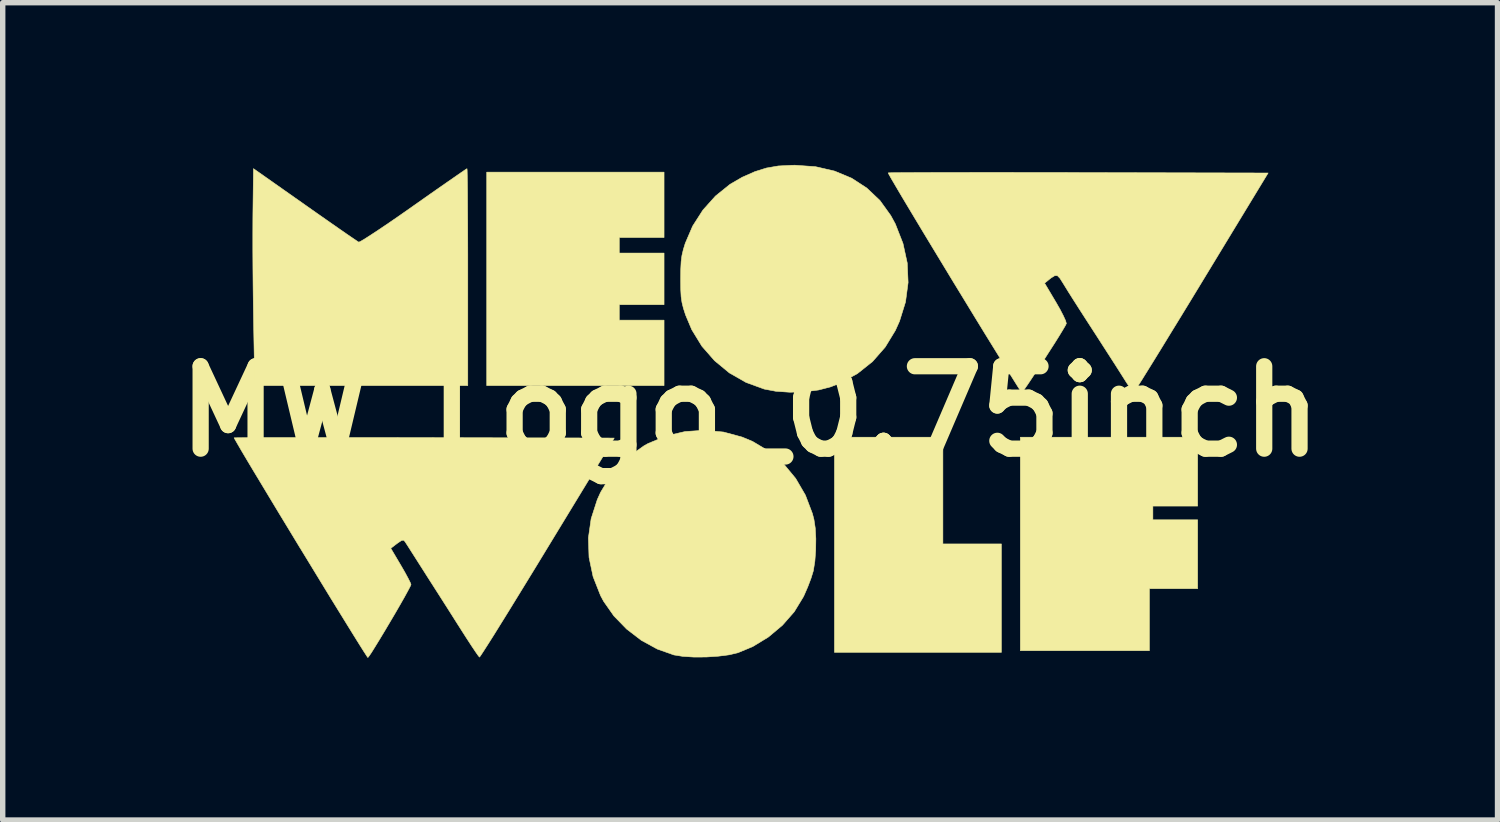
<source format=kicad_pcb>
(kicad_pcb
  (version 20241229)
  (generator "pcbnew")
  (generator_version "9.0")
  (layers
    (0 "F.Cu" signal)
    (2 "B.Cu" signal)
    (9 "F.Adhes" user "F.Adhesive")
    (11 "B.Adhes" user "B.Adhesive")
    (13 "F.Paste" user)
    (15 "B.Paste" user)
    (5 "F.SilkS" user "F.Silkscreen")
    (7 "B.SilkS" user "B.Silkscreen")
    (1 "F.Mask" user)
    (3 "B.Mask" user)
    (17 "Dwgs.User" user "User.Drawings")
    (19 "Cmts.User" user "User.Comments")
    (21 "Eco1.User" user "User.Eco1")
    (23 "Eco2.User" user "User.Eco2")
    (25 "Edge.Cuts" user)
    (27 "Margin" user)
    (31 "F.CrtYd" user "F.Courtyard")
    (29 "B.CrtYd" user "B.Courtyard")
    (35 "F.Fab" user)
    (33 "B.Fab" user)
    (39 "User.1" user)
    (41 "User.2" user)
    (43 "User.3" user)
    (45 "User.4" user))
  (footprint "MW_Logo_0.75inch"
    (layer "F.Cu")
    (at 10.82 4.557)
    (property "Reference" "MW_Logo_0.75inch" (at 0 0 0) (layer "F.SilkS") (effects (font (size 1.524 1.524) (thickness 0.3))))
    (attr through_hole)
    (fp_poly (pts (xy 3.565 2.451) (xy 4.647 2.451) (xy 4.647 4.456) (xy 1.56 4.456) (xy 1.56 0.477) (xy 3.565 0.477) (xy 3.565 2.451)) (stroke (width 0.01) (type solid)) (fill yes) (layer "F.SilkS"))
    (fp_poly (pts (xy 8.276 1.751) (xy 7.448 1.751) (xy 7.448 2.005) (xy 8.276 2.005) (xy 8.276 3.278) (xy 7.384 3.278) (xy 7.384 4.424) (xy 4.997 4.424) (xy 4.997 0.477) (xy 8.276 0.477) (xy 8.276 1.751)) (stroke (width 0.01) (type solid)) (fill yes) (layer "F.SilkS"))
    (fp_poly (pts (xy -1.591 -3.215) (xy -2.419 -3.215) (xy -2.419 -2.928) (xy -1.591 -2.928) (xy -1.591 -1.973) (xy -2.419 -1.973) (xy -2.419 -1.687) (xy -1.591 -1.687) (xy -1.591 -0.477) (xy -4.87 -0.477) (xy -4.87 -4.424) (xy -1.591 -4.424) (xy -1.591 -3.215)) (stroke (width 0.01) (type solid)) (fill yes) (layer "F.SilkS"))
    (fp_poly (pts (xy -8.228 -3.817) (xy -8.009 -3.663) (xy -7.806 -3.521) (xy -7.624 -3.394) (xy -7.47 -3.287) (xy -7.35 -3.205) (xy -7.27 -3.151) (xy -7.236 -3.129) (xy -7.236 -3.129) (xy -7.202 -3.144) (xy -7.123 -3.191) (xy -7.003 -3.268) (xy -6.85 -3.369) (xy -6.668 -3.492) (xy -6.465 -3.632) (xy -6.245 -3.786) (xy -6.224 -3.801) (xy -6.004 -3.956) (xy -5.8 -4.099) (xy -5.619 -4.225) (xy -5.466 -4.331) (xy -5.348 -4.413) (xy -5.269 -4.467) (xy -5.235 -4.488) (xy -5.235 -4.488) (xy -5.232 -4.457) (xy -5.23 -4.368) (xy -5.227 -4.226) (xy -5.225 -4.036) (xy -5.224 -3.804) (xy -5.222 -3.535) (xy -5.221 -3.235) (xy -5.22 -2.909) (xy -5.22 -2.562) (xy -5.22 -2.483) (xy -5.22 -0.477) (xy -9.159 -0.477) (xy -9.181 -1.663) (xy -9.186 -1.978) (xy -9.19 -2.313) (xy -9.193 -2.653) (xy -9.195 -2.983) (xy -9.195 -3.288) (xy -9.194 -3.552) (xy -9.193 -3.669) (xy -9.183 -4.489) (xy -8.228 -3.817)) (stroke (width 0.01) (type solid)) (fill yes) (layer "F.SilkS"))
    (fp_poly (pts (xy -0.491 0.382) (xy -0.147 0.475) (xy 0.047 0.556) (xy 0.35 0.737) (xy 0.617 0.967) (xy 0.843 1.24) (xy 1.023 1.549) (xy 1.152 1.888) (xy 1.181 1.999) (xy 1.205 2.158) (xy 1.216 2.355) (xy 1.213 2.566) (xy 1.198 2.769) (xy 1.171 2.94) (xy 1.166 2.96) (xy 1.126 3.089) (xy 1.067 3.244) (xy 1 3.398) (xy 0.984 3.431) (xy 0.817 3.705) (xy 0.598 3.955) (xy 0.338 4.173) (xy 0.049 4.349) (xy -0.223 4.462) (xy -0.384 4.501) (xy -0.588 4.527) (xy -0.813 4.542) (xy -1.039 4.543) (xy -1.244 4.53) (xy -1.408 4.504) (xy -1.716 4.395) (xy -2.012 4.233) (xy -2.283 4.025) (xy -2.519 3.782) (xy -2.709 3.511) (xy -2.765 3.406) (xy -2.903 3.056) (xy -2.978 2.7) (xy -2.99 2.341) (xy -2.939 1.984) (xy -2.826 1.633) (xy -2.764 1.496) (xy -2.617 1.252) (xy -2.423 1.017) (xy -2.2 0.806) (xy -1.963 0.637) (xy -1.888 0.595) (xy -1.553 0.455) (xy -1.203 0.373) (xy -0.846 0.349) (xy -0.491 0.382)) (stroke (width 0.01) (type solid)) (fill yes) (layer "F.SilkS"))
    (fp_poly (pts (xy 1.21 -4.525) (xy 1.561 -4.444) (xy 1.878 -4.312) (xy 2.158 -4.13) (xy 2.401 -3.9) (xy 2.601 -3.622) (xy 2.686 -3.466) (xy 2.827 -3.106) (xy 2.906 -2.744) (xy 2.922 -2.383) (xy 2.874 -2.023) (xy 2.763 -1.667) (xy 2.687 -1.498) (xy 2.499 -1.189) (xy 2.264 -0.921) (xy 1.985 -0.699) (xy 1.663 -0.523) (xy 1.491 -0.454) (xy 1.268 -0.396) (xy 1.01 -0.363) (xy 0.738 -0.354) (xy 0.476 -0.372) (xy 0.26 -0.413) (xy -0.076 -0.536) (xy -0.384 -0.712) (xy -0.657 -0.938) (xy -0.891 -1.205) (xy -1.078 -1.51) (xy -1.193 -1.783) (xy -1.233 -1.907) (xy -1.259 -2.012) (xy -1.275 -2.119) (xy -1.282 -2.246) (xy -1.284 -2.413) (xy -1.284 -2.451) (xy -1.282 -2.632) (xy -1.275 -2.77) (xy -1.26 -2.884) (xy -1.234 -2.994) (xy -1.199 -3.108) (xy -1.062 -3.427) (xy -0.873 -3.722) (xy -0.64 -3.982) (xy -0.371 -4.199) (xy -0.143 -4.331) (xy 0.088 -4.433) (xy 0.301 -4.5) (xy 0.521 -4.538) (xy 0.772 -4.551) (xy 0.829 -4.552) (xy 1.21 -4.525)) (stroke (width 0.01) (type solid)) (fill yes) (layer "F.SilkS"))
    (fp_poly (pts (xy -7.442 0.483) (xy -7.02 0.483) (xy -6.575 0.484) (xy -6.111 0.485) (xy -6.02 0.485) (xy -2.512 0.493) (xy -3.747 2.522) (xy -3.946 2.849) (xy -4.136 3.159) (xy -4.314 3.449) (xy -4.477 3.714) (xy -4.623 3.949) (xy -4.749 4.152) (xy -4.853 4.316) (xy -4.932 4.439) (xy -4.983 4.517) (xy -5.004 4.544) (xy -5.004 4.544) (xy -5.028 4.515) (xy -5.079 4.442) (xy -5.152 4.333) (xy -5.24 4.198) (xy -5.309 4.09) (xy -5.418 3.919) (xy -5.549 3.712) (xy -5.693 3.486) (xy -5.838 3.259) (xy -5.971 3.051) (xy -6.083 2.875) (xy -6.185 2.715) (xy -6.271 2.58) (xy -6.336 2.478) (xy -6.375 2.418) (xy -6.382 2.407) (xy -6.408 2.381) (xy -6.445 2.387) (xy -6.511 2.431) (xy -6.529 2.444) (xy -6.644 2.532) (xy -6.457 2.848) (xy -6.383 2.976) (xy -6.323 3.087) (xy -6.283 3.167) (xy -6.27 3.202) (xy -6.286 3.239) (xy -6.329 3.32) (xy -6.393 3.437) (xy -6.474 3.579) (xy -6.566 3.738) (xy -6.664 3.904) (xy -6.762 4.069) (xy -6.855 4.223) (xy -6.938 4.358) (xy -7.004 4.464) (xy -7.05 4.531) (xy -7.068 4.552) (xy -7.087 4.525) (xy -7.137 4.448) (xy -7.214 4.326) (xy -7.317 4.161) (xy -7.442 3.959) (xy -7.587 3.724) (xy -7.75 3.46) (xy -7.927 3.17) (xy -8.116 2.86) (xy -8.315 2.534) (xy -8.32 2.527) (xy -8.518 2.2) (xy -8.707 1.889) (xy -8.882 1.599) (xy -9.042 1.333) (xy -9.185 1.096) (xy -9.307 0.892) (xy -9.406 0.725) (xy -9.479 0.599) (xy -9.525 0.519) (xy -9.54 0.49) (xy -9.54 0.489) (xy -9.507 0.488) (xy -9.414 0.487) (xy -9.267 0.485) (xy -9.067 0.484) (xy -8.821 0.484) (xy -8.531 0.483) (xy -8.202 0.483) (xy -7.837 0.483) (xy -7.442 0.483)) (stroke (width 0.01) (type solid)) (fill yes) (layer "F.SilkS"))
    (fp_poly (pts (xy 4.653 -4.419) (xy 5.075 -4.418) (xy 5.521 -4.418) (xy 5.984 -4.417) (xy 6.074 -4.416) (xy 9.579 -4.408) (xy 8.347 -2.38) (xy 8.148 -2.053) (xy 7.958 -1.742) (xy 7.78 -1.452) (xy 7.618 -1.187) (xy 7.472 -0.95) (xy 7.346 -0.747) (xy 7.243 -0.581) (xy 7.164 -0.457) (xy 7.114 -0.379) (xy 7.093 -0.351) (xy 7.093 -0.351) (xy 7.069 -0.376) (xy 7.02 -0.443) (xy 6.955 -0.541) (xy 6.92 -0.597) (xy 6.858 -0.695) (xy 6.769 -0.835) (xy 6.659 -1.006) (xy 6.536 -1.197) (xy 6.407 -1.398) (xy 6.333 -1.512) (xy 6.207 -1.707) (xy 6.086 -1.895) (xy 5.977 -2.066) (xy 5.886 -2.21) (xy 5.82 -2.317) (xy 5.793 -2.361) (xy 5.73 -2.461) (xy 5.683 -2.509) (xy 5.634 -2.51) (xy 5.566 -2.468) (xy 5.516 -2.428) (xy 5.446 -2.371) (xy 5.653 -2.023) (xy 5.731 -1.887) (xy 5.793 -1.767) (xy 5.834 -1.677) (xy 5.848 -1.626) (xy 5.848 -1.624) (xy 5.827 -1.582) (xy 5.778 -1.499) (xy 5.707 -1.382) (xy 5.619 -1.242) (xy 5.52 -1.088) (xy 5.417 -0.927) (xy 5.314 -0.771) (xy 5.219 -0.626) (xy 5.137 -0.503) (xy 5.073 -0.411) (xy 5.033 -0.359) (xy 5.024 -0.35) (xy 5.004 -0.377) (xy 4.954 -0.453) (xy 4.877 -0.576) (xy 4.774 -0.741) (xy 4.648 -0.943) (xy 4.503 -1.178) (xy 4.34 -1.442) (xy 4.163 -1.731) (xy 3.974 -2.041) (xy 3.775 -2.367) (xy 3.771 -2.373) (xy 3.573 -2.7) (xy 3.385 -3.01) (xy 3.209 -3.301) (xy 3.049 -3.567) (xy 2.907 -3.804) (xy 2.785 -4.008) (xy 2.687 -4.175) (xy 2.613 -4.301) (xy 2.568 -4.381) (xy 2.554 -4.41) (xy 2.554 -4.41) (xy 2.587 -4.412) (xy 2.679 -4.414) (xy 2.828 -4.415) (xy 3.027 -4.416) (xy 3.274 -4.417) (xy 3.564 -4.418) (xy 3.893 -4.418) (xy 4.258 -4.419) (xy 4.653 -4.419)) (stroke (width 0.01) (type solid)) (fill yes) (layer "F.SilkS")))
  (gr_rect
    (start -3 -3)
    (end 24.641 12.113)
    (stroke (width 0.1) (type default))
    (fill no)
    (layer "Edge.Cuts")))
</source>
